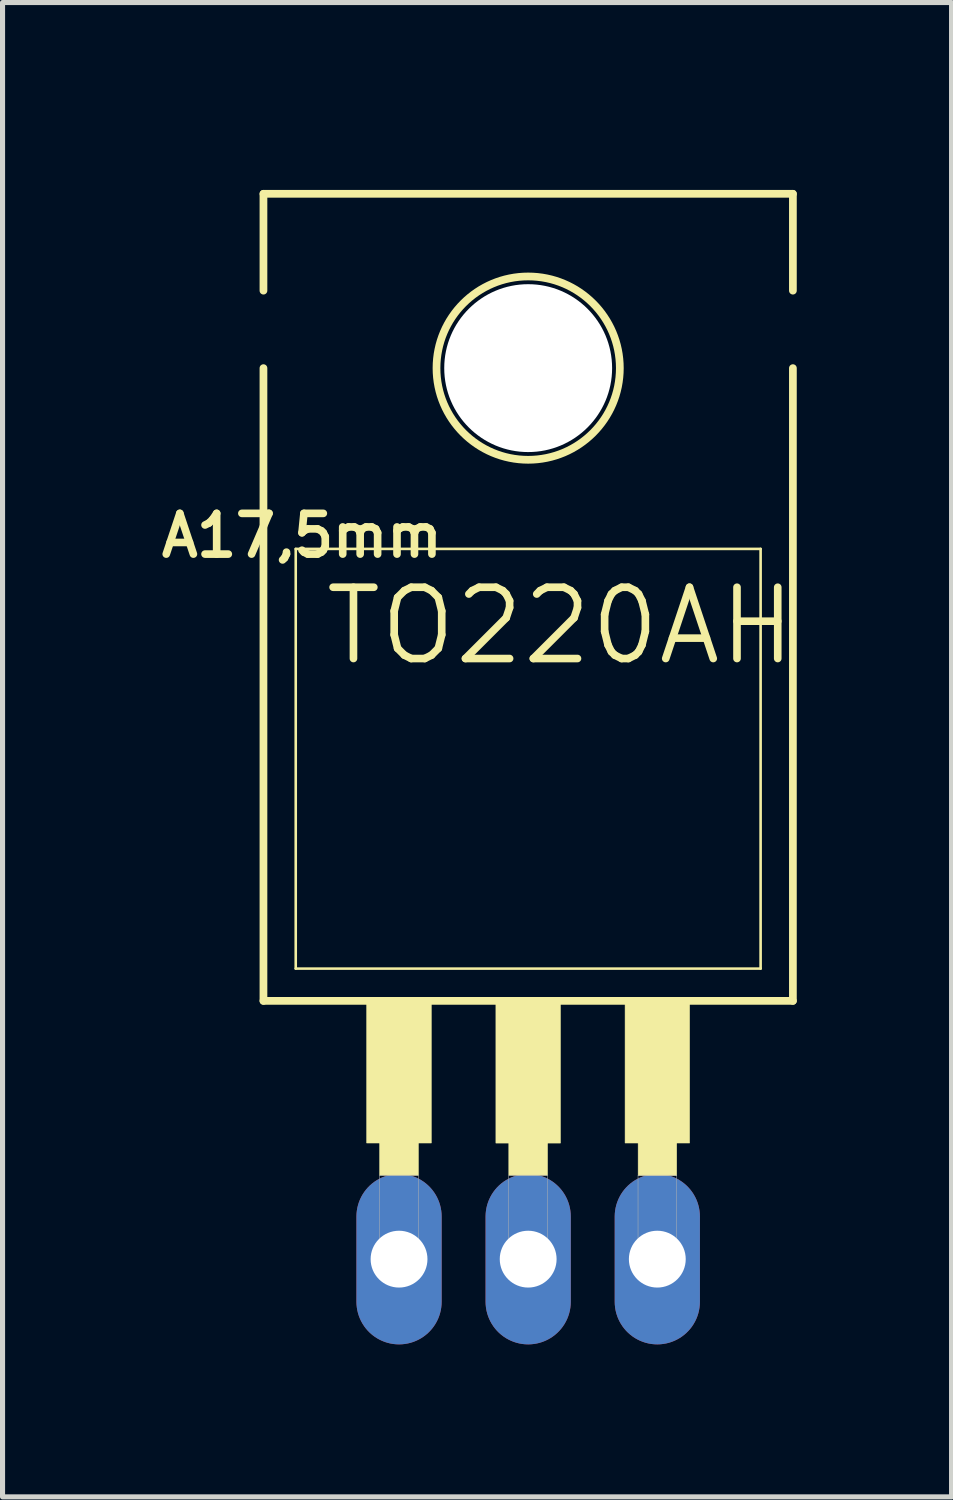
<source format=kicad_pcb>
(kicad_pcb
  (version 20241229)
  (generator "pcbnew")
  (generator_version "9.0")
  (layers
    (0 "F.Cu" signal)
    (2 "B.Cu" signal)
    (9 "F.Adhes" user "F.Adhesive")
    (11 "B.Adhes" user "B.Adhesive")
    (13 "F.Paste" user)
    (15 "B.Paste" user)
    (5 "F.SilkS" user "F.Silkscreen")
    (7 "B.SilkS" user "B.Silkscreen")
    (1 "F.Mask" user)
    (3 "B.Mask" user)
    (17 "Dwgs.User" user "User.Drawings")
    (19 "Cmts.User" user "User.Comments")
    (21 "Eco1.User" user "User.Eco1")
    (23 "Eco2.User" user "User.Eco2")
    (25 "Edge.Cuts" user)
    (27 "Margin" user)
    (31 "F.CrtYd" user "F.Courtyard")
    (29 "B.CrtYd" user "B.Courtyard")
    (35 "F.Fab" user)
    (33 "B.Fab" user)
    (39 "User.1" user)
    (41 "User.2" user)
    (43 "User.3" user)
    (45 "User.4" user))
  (footprint "TO220AH"
    (layer "F.Cu")
    (at 7.339 15.367)
    (property "Reference" "TO220AH" (at 0.636 -6.105 0) (layer "F.SilkS") (effects (font (size 1.402 1.402) (thickness 0.15))))
    (attr through_hole)
    (fp_line (start -5.207 -12.7) (end -5.207 -14.605) (stroke (width 0.152) (type solid)) (layer "F.SilkS"))
    (fp_line (start -5.207 1.27) (end -5.207 -11.176) (stroke (width 0.152) (type solid)) (layer "F.SilkS"))
    (fp_line (start -5.207 1.27) (end 5.207 1.27) (stroke (width 0.152) (type solid)) (layer "F.SilkS"))
    (fp_line (start -4.572 0.635) (end -4.572 -7.62) (stroke (width 0.051) (type solid)) (layer "F.SilkS"))
    (fp_line (start -4.572 0.635) (end 4.572 0.635) (stroke (width 0.051) (type solid)) (layer "F.SilkS"))
    (fp_line (start 4.572 -7.62) (end -4.572 -7.62) (stroke (width 0.051) (type solid)) (layer "F.SilkS"))
    (fp_line (start 4.572 -7.62) (end 4.572 0.635) (stroke (width 0.051) (type solid)) (layer "F.SilkS"))
    (fp_line (start 5.207 -14.605) (end -5.207 -14.605) (stroke (width 0.152) (type solid)) (layer "F.SilkS"))
    (fp_line (start 5.207 -12.7) (end 5.207 -14.605) (stroke (width 0.152) (type solid)) (layer "F.SilkS"))
    (fp_line (start 5.207 1.27) (end 5.207 -11.176) (stroke (width 0.152) (type solid)) (layer "F.SilkS"))
    (fp_circle (center 0 -11.176) (end 1.803 -11.176) (stroke (width 0.152) (type solid)) (fill no) (layer "F.SilkS"))
    (fp_poly (pts (xy -3.177 1.27) (xy -1.905 1.27) (xy -1.905 4.066) (xy -3.177 4.066)) (stroke (width 0.01) (type solid)) (fill yes) (layer "F.SilkS"))
    (fp_poly (pts (xy -2.922 4.064) (xy -2.159 4.064) (xy -2.159 4.7) (xy -2.922 4.7)) (stroke (width 0.01) (type solid)) (fill yes) (layer "F.SilkS"))
    (fp_poly (pts (xy -0.635 1.27) (xy 0.635 1.27) (xy 0.635 4.067) (xy -0.635 4.067)) (stroke (width 0.01) (type solid)) (fill yes) (layer "F.SilkS"))
    (fp_poly (pts (xy -0.381 4.064) (xy 0.381 4.064) (xy 0.381 4.701) (xy -0.381 4.701)) (stroke (width 0.01) (type solid)) (fill yes) (layer "F.SilkS"))
    (fp_poly (pts (xy 1.906 1.27) (xy 3.175 1.27) (xy 3.175 4.066) (xy 1.906 4.066)) (stroke (width 0.01) (type solid)) (fill yes) (layer "F.SilkS"))
    (fp_poly (pts (xy 2.163 4.064) (xy 2.921 4.064) (xy 2.921 4.707) (xy 2.163 4.707)) (stroke (width 0.01) (type solid)) (fill yes) (layer "F.SilkS"))
    (fp_poly (pts (xy -2.925 4.699) (xy -2.159 4.699) (xy -2.159 6.614) (xy -2.925 6.614)) (stroke (width 0.01) (type solid)) (fill no) (layer "F.Fab"))
    (fp_poly (pts (xy -0.382 4.699) (xy 0.381 4.699) (xy 0.381 6.615) (xy -0.382 6.615)) (stroke (width 0.01) (type solid)) (fill no) (layer "F.Fab"))
    (fp_poly (pts (xy 2.161 4.699) (xy 2.921 4.699) (xy 2.921 6.611) (xy 2.161 6.611)) (stroke (width 0.01) (type solid)) (fill no) (layer "F.Fab"))
    (fp_text user "A17,5mm" (at -4.449 -7.881 0) (layer "F.SilkS") (effects (font (size 0.801 0.801) (thickness 0.15))))
    (pad "" np_thru_hole circle (at 0 -11.176) (size 3.302 3.302) (drill 3.302) (layers "*.Cu" "*.Mask"))
    (pad "B" thru_hole oval (at -2.54 6.35) (size 1.676 3.353) (drill 1.118) (layers "*.Cu" "*.Mask"))
    (pad "C" thru_hole oval (at 0 6.35) (size 1.676 3.353) (drill 1.118) (layers "*.Cu" "*.Mask"))
    (pad "E" thru_hole oval (at 2.54 6.35) (size 1.676 3.353) (drill 1.118) (layers "*.Cu" "*.Mask"))
    (zone (net_name "") (layers "F.Cu" "B.Cu") (hatch full 0.508) (connect_pads) (min_thickness 0) (filled_areas_thickness no) (keepout (tracks allowed) (vias not_allowed) (pads allowed) (copperpour allowed) (footprints allowed)) (placement (enabled no)) (fill) (polygon (pts (xy 11.53 4.191) (xy 11.51 4.602) (xy 11.45 5.009) (xy 11.35 5.408) (xy 11.211 5.795) (xy 11.035 6.167) (xy 10.824 6.519) (xy 10.579 6.85) (xy 10.303 7.154) (xy 9.998 7.431) (xy 9.667 7.676) (xy 9.315 7.887) (xy 8.943 8.063) (xy 8.556 8.202) (xy 8.157 8.301) (xy 7.75 8.362) (xy 7.339 8.382) (xy 6.928 8.362) (xy 6.521 8.301) (xy 6.123 8.202) (xy 5.735 8.063) (xy 5.363 7.887) (xy 5.011 7.676) (xy 4.68 7.431) (xy 4.376 7.154) (xy 4.099 6.85) (xy 3.854 6.519) (xy 3.643 6.167) (xy 3.467 5.795) (xy 3.329 5.408) (xy 3.229 5.009) (xy 3.168 4.602) (xy 3.148 4.191) (xy 3.168 3.78) (xy 3.229 3.373) (xy 3.329 2.974) (xy 3.467 2.587) (xy 3.643 2.215) (xy 3.854 1.863) (xy 4.099 1.532) (xy 4.376 1.228) (xy 4.68 0.951) (xy 5.011 0.706) (xy 5.363 0.495) (xy 5.735 0.319) (xy 6.123 0.18) (xy 6.521 0.081) (xy 6.928 0.02) (xy 7.339 0) (xy 7.75 0.02) (xy 8.157 0.081) (xy 8.556 0.18) (xy 8.943 0.319) (xy 9.315 0.495) (xy 9.667 0.706) (xy 9.998 0.951) (xy 10.303 1.228) (xy 10.579 1.532) (xy 10.824 1.863) (xy 11.035 2.215) (xy 11.211 2.587) (xy 11.35 2.974) (xy 11.45 3.373) (xy 11.51 3.78))))
    (zone (net_name "") (layer "B.Cu") (hatch full 0.508) (connect_pads) (min_thickness 0) (filled_areas_thickness no) (keepout (tracks not_allowed) (vias not_allowed) (pads not_allowed) (copperpour not_allowed) (footprints allowed)) (placement (enabled no)) (fill) (polygon (pts (xy 11.53 4.191) (xy 11.51 4.602) (xy 11.45 5.009) (xy 11.35 5.408) (xy 11.211 5.795) (xy 11.035 6.167) (xy 10.824 6.519) (xy 10.579 6.85) (xy 10.303 7.154) (xy 9.998 7.431) (xy 9.667 7.676) (xy 9.315 7.887) (xy 8.943 8.063) (xy 8.556 8.202) (xy 8.157 8.301) (xy 7.75 8.362) (xy 7.339 8.382) (xy 6.928 8.362) (xy 6.521 8.301) (xy 6.123 8.202) (xy 5.735 8.063) (xy 5.363 7.887) (xy 5.011 7.676) (xy 4.68 7.431) (xy 4.376 7.154) (xy 4.099 6.85) (xy 3.854 6.519) (xy 3.643 6.167) (xy 3.467 5.795) (xy 3.329 5.408) (xy 3.229 5.009) (xy 3.168 4.602) (xy 3.148 4.191) (xy 3.168 3.78) (xy 3.229 3.373) (xy 3.329 2.974) (xy 3.467 2.587) (xy 3.643 2.215) (xy 3.854 1.863) (xy 4.099 1.532) (xy 4.376 1.228) (xy 4.68 0.951) (xy 5.011 0.706) (xy 5.363 0.495) (xy 5.735 0.319) (xy 6.123 0.18) (xy 6.521 0.081) (xy 6.928 0.02) (xy 7.339 0) (xy 7.75 0.02) (xy 8.157 0.081) (xy 8.556 0.18) (xy 8.943 0.319) (xy 9.315 0.495) (xy 9.667 0.706) (xy 9.998 0.951) (xy 10.303 1.228) (xy 10.579 1.532) (xy 10.824 1.863) (xy 11.035 2.215) (xy 11.211 2.587) (xy 11.35 2.974) (xy 11.45 3.373) (xy 11.51 3.78)))))
  (gr_rect
    (start -3 -3)
    (end 15.667 26.393)
    (stroke (width 0.1) (type default))
    (fill no)
    (layer "Edge.Cuts")))
</source>
